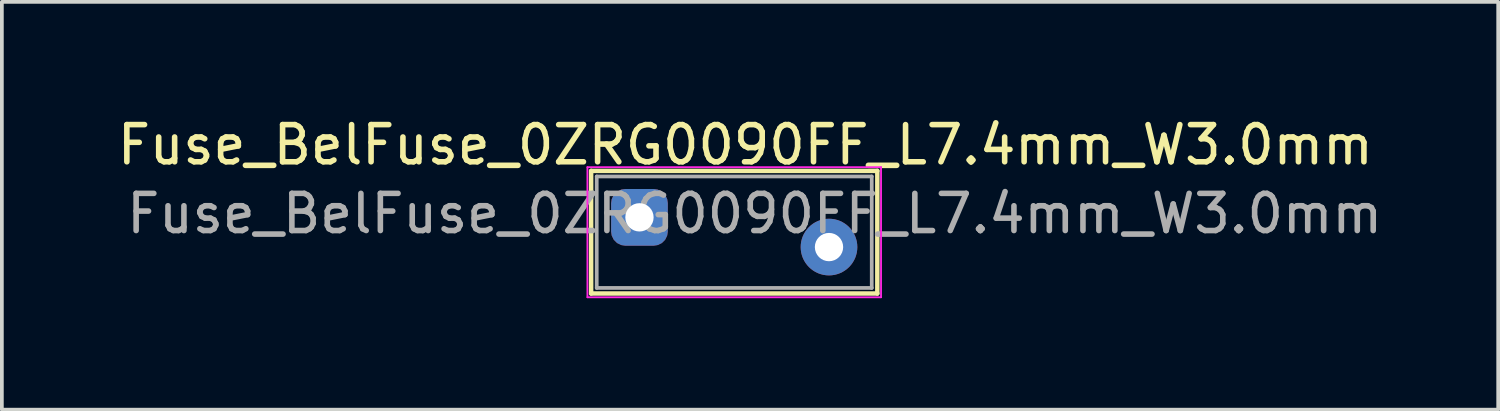
<source format=kicad_pcb>
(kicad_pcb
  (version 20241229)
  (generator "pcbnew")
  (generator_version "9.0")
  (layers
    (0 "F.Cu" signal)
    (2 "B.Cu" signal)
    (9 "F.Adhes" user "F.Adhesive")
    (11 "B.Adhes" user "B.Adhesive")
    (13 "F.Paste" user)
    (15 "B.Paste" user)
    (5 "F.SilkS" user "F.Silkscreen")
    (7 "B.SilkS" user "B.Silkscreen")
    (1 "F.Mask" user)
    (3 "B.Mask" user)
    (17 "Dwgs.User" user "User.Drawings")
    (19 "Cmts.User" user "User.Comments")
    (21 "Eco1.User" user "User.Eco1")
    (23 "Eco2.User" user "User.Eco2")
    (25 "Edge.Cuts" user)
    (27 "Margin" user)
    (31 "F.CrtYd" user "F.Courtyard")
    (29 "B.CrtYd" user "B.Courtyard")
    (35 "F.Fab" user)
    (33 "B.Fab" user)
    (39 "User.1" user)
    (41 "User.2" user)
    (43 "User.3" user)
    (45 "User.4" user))
  (footprint "Fuse_BelFuse_0ZRG0090FF_L7.4mm_W3.0mm"
    (layer "F.Cu")
    (at 14.156 2.798)
    (property "Reference" "Fuse_BelFuse_0ZRG0090FF_L7.4mm_W3.0mm" (at 2.85 -1.95 0) (layer "F.SilkS") (effects (font (size 1 1) (thickness 0.15))))
    (attr through_hole)
    (fp_line (start -1.3 -1.25) (end 6.4 -1.25) (stroke (width 0.12) (type solid)) (layer "F.SilkS"))
    (fp_line (start -1.3 2.05) (end -1.3 -1.25) (stroke (width 0.12) (type solid)) (layer "F.SilkS"))
    (fp_line (start 6.4 -1.25) (end 6.4 2.05) (stroke (width 0.12) (type solid)) (layer "F.SilkS"))
    (fp_line (start 6.4 2.05) (end -1.3 2.05) (stroke (width 0.12) (type solid)) (layer "F.SilkS"))
    (fp_line (start -1.4 -1.35) (end 6.5 -1.35) (stroke (width 0.05) (type solid)) (layer "F.CrtYd"))
    (fp_line (start -1.4 2.15) (end -1.4 -1.35) (stroke (width 0.05) (type solid)) (layer "F.CrtYd"))
    (fp_line (start 6.5 -1.35) (end 6.5 2.15) (stroke (width 0.05) (type solid)) (layer "F.CrtYd"))
    (fp_line (start 6.5 2.15) (end -1.4 2.15) (stroke (width 0.05) (type solid)) (layer "F.CrtYd"))
    (fp_line (start -1.15 -1.1) (end 6.25 -1.1) (stroke (width 0.1) (type solid)) (layer "F.Fab"))
    (fp_line (start -1.15 1.9) (end -1.15 -1.1) (stroke (width 0.1) (type solid)) (layer "F.Fab"))
    (fp_line (start 6.25 -1.1) (end 6.25 1.9) (stroke (width 0.1) (type solid)) (layer "F.Fab"))
    (fp_line (start 6.25 1.9) (end -1.15 1.9) (stroke (width 0.1) (type solid)) (layer "F.Fab"))
    (fp_text user "${REFERENCE}" (at 3.1 -0.1 0) (layer "F.Fab") (effects (font (size 1 1) (thickness 0.15))))
    (pad "1" thru_hole roundrect (at 0 0) (size 1.524 1.524) (drill 0.762) (layers "*.Cu" "*.Mask") (roundrect_rratio 0.25))
    (pad "2" thru_hole circle (at 5.1 0.8) (size 1.524 1.524) (drill 0.762) (layers "*.Cu" "*.Mask")))
  (gr_rect
    (start -3 -3)
    (end 37.262 7.973)
    (stroke (width 0.1) (type default))
    (fill no)
    (layer "Edge.Cuts")))
</source>
